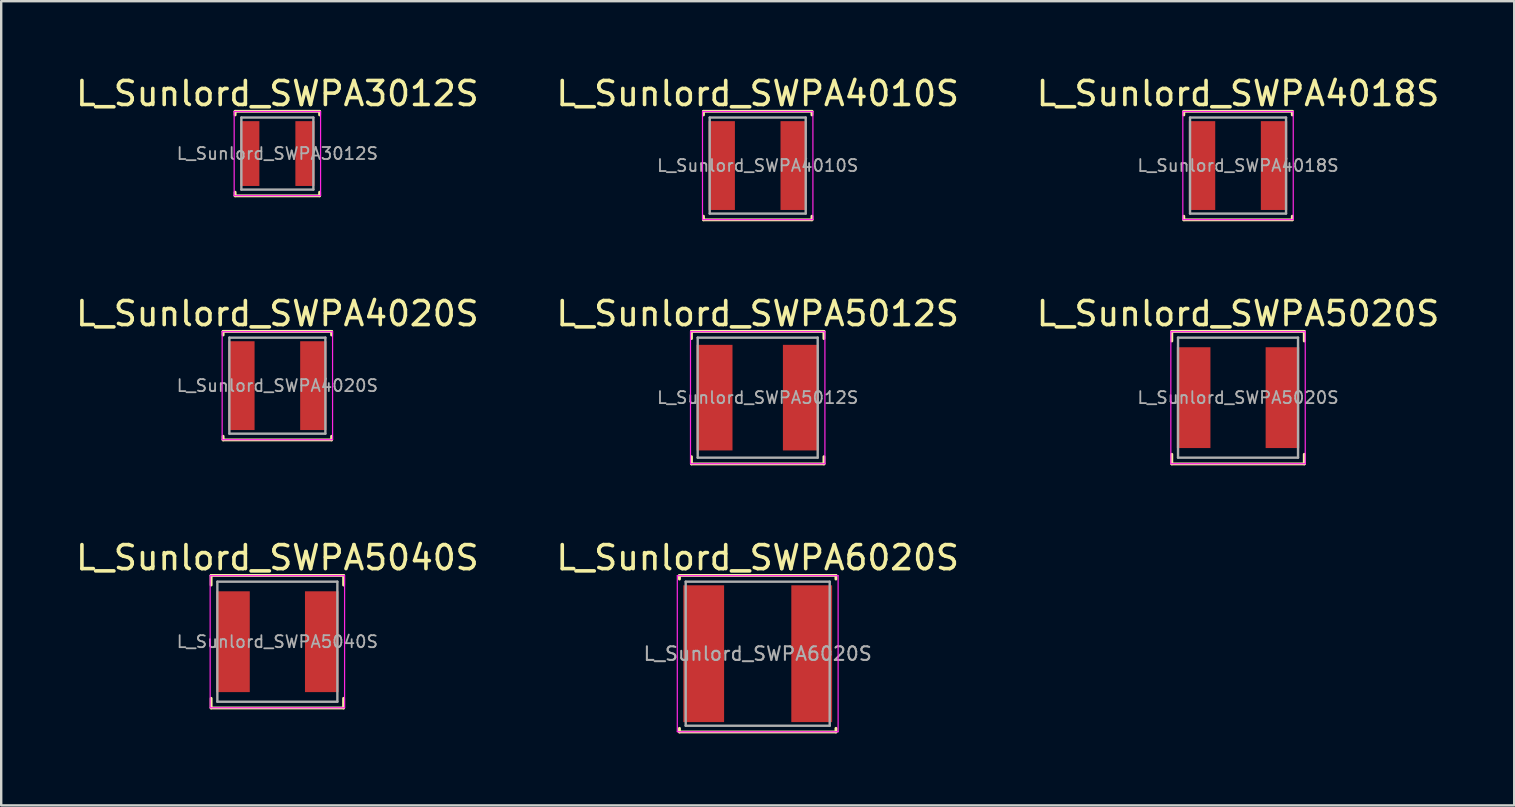
<source format=kicad_pcb>
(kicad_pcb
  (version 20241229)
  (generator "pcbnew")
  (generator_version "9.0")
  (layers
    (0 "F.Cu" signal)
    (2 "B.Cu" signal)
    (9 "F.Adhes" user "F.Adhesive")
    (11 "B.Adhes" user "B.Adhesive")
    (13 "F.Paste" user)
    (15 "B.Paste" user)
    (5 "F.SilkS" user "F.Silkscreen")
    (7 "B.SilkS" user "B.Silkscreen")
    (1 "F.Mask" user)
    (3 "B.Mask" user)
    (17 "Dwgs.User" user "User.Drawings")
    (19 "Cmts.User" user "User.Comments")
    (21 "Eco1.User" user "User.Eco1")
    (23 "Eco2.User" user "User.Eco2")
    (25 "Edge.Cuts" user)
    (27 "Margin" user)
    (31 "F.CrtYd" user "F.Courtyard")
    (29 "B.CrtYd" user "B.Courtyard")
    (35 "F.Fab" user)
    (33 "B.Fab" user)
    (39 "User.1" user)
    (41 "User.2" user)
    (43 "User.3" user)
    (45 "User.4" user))
  (footprint "L_Sunlord_SWPA5012S"
    (layer "F.Cu")
    (at 28.518 13.517)
    (property "Reference" "L_Sunlord_SWPA5012S" (at 0 -3.5 0) (layer "F.SilkS") (effects (font (size 1 1) (thickness 0.15))))
    (attr smd)
    (fp_line (start -2.76 -2.76) (end -2.76 -2.46) (stroke (width 0.12) (type solid)) (layer "F.SilkS"))
    (fp_line (start -2.76 -2.76) (end 2.76 -2.76) (stroke (width 0.12) (type solid)) (layer "F.SilkS"))
    (fp_line (start -2.76 2.76) (end -2.76 2.46) (stroke (width 0.12) (type solid)) (layer "F.SilkS"))
    (fp_line (start -2.76 2.76) (end 2.76 2.76) (stroke (width 0.12) (type solid)) (layer "F.SilkS"))
    (fp_line (start 2.76 -2.76) (end 2.76 -2.46) (stroke (width 0.12) (type solid)) (layer "F.SilkS"))
    (fp_line (start 2.76 2.76) (end 2.76 2.46) (stroke (width 0.12) (type solid)) (layer "F.SilkS"))
    (fp_line (start -2.8 -2.75) (end -2.8 2.75) (stroke (width 0.05) (type solid)) (layer "F.CrtYd"))
    (fp_line (start -2.8 2.75) (end 2.8 2.75) (stroke (width 0.05) (type solid)) (layer "F.CrtYd"))
    (fp_line (start 2.8 -2.75) (end -2.8 -2.75) (stroke (width 0.05) (type solid)) (layer "F.CrtYd"))
    (fp_line (start 2.8 2.75) (end 2.8 -2.75) (stroke (width 0.05) (type solid)) (layer "F.CrtYd"))
    (fp_line (start -2.5 -2.5) (end -2.5 2.5) (stroke (width 0.1) (type solid)) (layer "F.Fab"))
    (fp_line (start -2.5 2.5) (end 2.5 2.5) (stroke (width 0.1) (type solid)) (layer "F.Fab"))
    (fp_line (start 2.5 -2.5) (end -2.5 -2.5) (stroke (width 0.1) (type solid)) (layer "F.Fab"))
    (fp_line (start 2.5 2.5) (end 2.5 -2.5) (stroke (width 0.1) (type solid)) (layer "F.Fab"))
    (fp_text user "${REFERENCE}" (at 0 0 0) (layer "F.Fab") (effects (font (size 0.5 0.5) (thickness 0.075))))
    (pad "1" smd rect (at -1.8 0) (size 1.5 4.4) (layers "F.Cu" "F.Mask" "F.Paste"))
    (pad "2" smd rect (at 1.8 0) (size 1.5 4.4) (layers "F.Cu" "F.Mask" "F.Paste")))
  (footprint "L_Sunlord_SWPA5020S"
    (layer "F.Cu")
    (at 48.53 13.517)
    (property "Reference" "L_Sunlord_SWPA5020S" (at 0 -3.5 0) (layer "F.SilkS") (effects (font (size 1 1) (thickness 0.15))))
    (attr smd)
    (fp_line (start -2.76 -2.76) (end -2.76 -2.36) (stroke (width 0.12) (type solid)) (layer "F.SilkS"))
    (fp_line (start -2.76 -2.76) (end 2.76 -2.76) (stroke (width 0.12) (type solid)) (layer "F.SilkS"))
    (fp_line (start -2.76 2.76) (end -2.76 2.36) (stroke (width 0.12) (type solid)) (layer "F.SilkS"))
    (fp_line (start -2.76 2.76) (end 2.76 2.76) (stroke (width 0.12) (type solid)) (layer "F.SilkS"))
    (fp_line (start 2.76 -2.76) (end 2.76 -2.36) (stroke (width 0.12) (type solid)) (layer "F.SilkS"))
    (fp_line (start 2.76 2.76) (end 2.76 2.36) (stroke (width 0.12) (type solid)) (layer "F.SilkS"))
    (fp_line (start -2.8 -2.75) (end -2.8 2.75) (stroke (width 0.05) (type solid)) (layer "F.CrtYd"))
    (fp_line (start -2.8 2.75) (end 2.8 2.75) (stroke (width 0.05) (type solid)) (layer "F.CrtYd"))
    (fp_line (start 2.8 -2.75) (end -2.8 -2.75) (stroke (width 0.05) (type solid)) (layer "F.CrtYd"))
    (fp_line (start 2.8 2.75) (end 2.8 -2.75) (stroke (width 0.05) (type solid)) (layer "F.CrtYd"))
    (fp_line (start -2.5 -2.5) (end -2.5 2.5) (stroke (width 0.1) (type solid)) (layer "F.Fab"))
    (fp_line (start -2.5 2.5) (end 2.5 2.5) (stroke (width 0.1) (type solid)) (layer "F.Fab"))
    (fp_line (start 2.5 -2.5) (end -2.5 -2.5) (stroke (width 0.1) (type solid)) (layer "F.Fab"))
    (fp_line (start 2.5 2.5) (end 2.5 -2.5) (stroke (width 0.1) (type solid)) (layer "F.Fab"))
    (fp_text user "${REFERENCE}" (at 0 0 0) (layer "F.Fab") (effects (font (size 0.5 0.5) (thickness 0.075))))
    (pad "1" smd rect (at -1.85 0) (size 1.4 4.2) (layers "F.Cu" "F.Mask" "F.Paste"))
    (pad "2" smd rect (at 1.85 0) (size 1.4 4.2) (layers "F.Cu" "F.Mask" "F.Paste")))
  (footprint "L_Sunlord_SWPA4018S"
    (layer "F.Cu")
    (at 48.53 3.848)
    (property "Reference" "L_Sunlord_SWPA4018S" (at 0 -3 0) (layer "F.SilkS") (effects (font (size 1 1) (thickness 0.15))))
    (attr smd)
    (fp_line (start -2.26 -2.26) (end -2.26 -2.11) (stroke (width 0.12) (type solid)) (layer "F.SilkS"))
    (fp_line (start -2.26 -2.26) (end 2.26 -2.26) (stroke (width 0.12) (type solid)) (layer "F.SilkS"))
    (fp_line (start -2.26 2.26) (end -2.26 2.11) (stroke (width 0.12) (type solid)) (layer "F.SilkS"))
    (fp_line (start -2.26 2.26) (end 2.26 2.26) (stroke (width 0.12) (type solid)) (layer "F.SilkS"))
    (fp_line (start 2.26 -2.26) (end 2.26 -2.11) (stroke (width 0.12) (type solid)) (layer "F.SilkS"))
    (fp_line (start 2.26 2.26) (end 2.26 2.11) (stroke (width 0.12) (type solid)) (layer "F.SilkS"))
    (fp_line (start -2.3 -2.25) (end -2.3 2.25) (stroke (width 0.05) (type solid)) (layer "F.CrtYd"))
    (fp_line (start -2.3 2.25) (end 2.3 2.25) (stroke (width 0.05) (type solid)) (layer "F.CrtYd"))
    (fp_line (start 2.3 -2.25) (end -2.3 -2.25) (stroke (width 0.05) (type solid)) (layer "F.CrtYd"))
    (fp_line (start 2.3 2.25) (end 2.3 -2.25) (stroke (width 0.05) (type solid)) (layer "F.CrtYd"))
    (fp_line (start -2 -2) (end -2 2) (stroke (width 0.1) (type solid)) (layer "F.Fab"))
    (fp_line (start -2 2) (end 2 2) (stroke (width 0.1) (type solid)) (layer "F.Fab"))
    (fp_line (start 2 -2) (end -2 -2) (stroke (width 0.1) (type solid)) (layer "F.Fab"))
    (fp_line (start 2 2) (end 2 -2) (stroke (width 0.1) (type solid)) (layer "F.Fab"))
    (fp_text user "${REFERENCE}" (at 0 0 0) (layer "F.Fab") (effects (font (size 0.5 0.5) (thickness 0.075))))
    (pad "1" smd rect (at -1.5 0) (size 1.1 3.7) (layers "F.Cu" "F.Mask" "F.Paste"))
    (pad "2" smd rect (at 1.5 0) (size 1.1 3.7) (layers "F.Cu" "F.Mask" "F.Paste")))
  (footprint "L_Sunlord_SWPA6020S"
    (layer "F.Cu")
    (at 28.518 24.185)
    (property "Reference" "L_Sunlord_SWPA6020S" (at 0 -4 0) (layer "F.SilkS") (effects (font (size 1 1) (thickness 0.15))))
    (attr smd)
    (fp_line (start -3.26 -3.26) (end -3.26 -3.11) (stroke (width 0.12) (type solid)) (layer "F.SilkS"))
    (fp_line (start -3.26 -3.26) (end 3.26 -3.26) (stroke (width 0.12) (type solid)) (layer "F.SilkS"))
    (fp_line (start -3.26 3.26) (end -3.26 3.11) (stroke (width 0.12) (type solid)) (layer "F.SilkS"))
    (fp_line (start -3.26 3.26) (end 3.26 3.26) (stroke (width 0.12) (type solid)) (layer "F.SilkS"))
    (fp_line (start 3.26 -3.26) (end 3.26 -3.11) (stroke (width 0.12) (type solid)) (layer "F.SilkS"))
    (fp_line (start 3.26 3.26) (end 3.26 3.11) (stroke (width 0.12) (type solid)) (layer "F.SilkS"))
    (fp_line (start -3.35 -3.25) (end -3.35 3.25) (stroke (width 0.05) (type solid)) (layer "F.CrtYd"))
    (fp_line (start -3.35 3.25) (end 3.35 3.25) (stroke (width 0.05) (type solid)) (layer "F.CrtYd"))
    (fp_line (start 3.35 -3.25) (end -3.35 -3.25) (stroke (width 0.05) (type solid)) (layer "F.CrtYd"))
    (fp_line (start 3.35 3.25) (end 3.35 -3.25) (stroke (width 0.05) (type solid)) (layer "F.CrtYd"))
    (fp_line (start -3 -3) (end -3 3) (stroke (width 0.1) (type solid)) (layer "F.Fab"))
    (fp_line (start -3 3) (end 3 3) (stroke (width 0.1) (type solid)) (layer "F.Fab"))
    (fp_line (start 3 -3) (end -3 -3) (stroke (width 0.1) (type solid)) (layer "F.Fab"))
    (fp_line (start 3 3) (end 3 -3) (stroke (width 0.1) (type solid)) (layer "F.Fab"))
    (fp_text user "${REFERENCE}" (at 0 0 0) (layer "F.Fab") (effects (font (size 0.567 0.567) (thickness 0.085))))
    (pad "1" smd rect (at -2.25 0) (size 1.7 5.7) (layers "F.Cu" "F.Mask" "F.Paste"))
    (pad "2" smd rect (at 2.25 0) (size 1.7 5.7) (layers "F.Cu" "F.Mask" "F.Paste")))
  (footprint "L_Sunlord_SWPA3012S"
    (layer "F.Cu")
    (at 8.506 3.348)
    (property "Reference" "L_Sunlord_SWPA3012S" (at 0 -2.5 0) (layer "F.SilkS") (effects (font (size 1 1) (thickness 0.15))))
    (attr smd)
    (fp_line (start -1.76 -1.76) (end -1.76 -1.61) (stroke (width 0.12) (type solid)) (layer "F.SilkS"))
    (fp_line (start -1.76 -1.76) (end 1.76 -1.76) (stroke (width 0.12) (type solid)) (layer "F.SilkS"))
    (fp_line (start -1.76 1.76) (end -1.76 1.61) (stroke (width 0.12) (type solid)) (layer "F.SilkS"))
    (fp_line (start -1.76 1.76) (end 1.76 1.76) (stroke (width 0.12) (type solid)) (layer "F.SilkS"))
    (fp_line (start 1.76 -1.76) (end 1.76 -1.61) (stroke (width 0.12) (type solid)) (layer "F.SilkS"))
    (fp_line (start 1.76 1.76) (end 1.76 1.61) (stroke (width 0.12) (type solid)) (layer "F.SilkS"))
    (fp_line (start -1.8 -1.75) (end -1.8 1.75) (stroke (width 0.05) (type solid)) (layer "F.CrtYd"))
    (fp_line (start -1.8 1.75) (end 1.8 1.75) (stroke (width 0.05) (type solid)) (layer "F.CrtYd"))
    (fp_line (start 1.8 -1.75) (end -1.8 -1.75) (stroke (width 0.05) (type solid)) (layer "F.CrtYd"))
    (fp_line (start 1.8 1.75) (end 1.8 -1.75) (stroke (width 0.05) (type solid)) (layer "F.CrtYd"))
    (fp_line (start -1.5 -1.5) (end -1.5 1.5) (stroke (width 0.1) (type solid)) (layer "F.Fab"))
    (fp_line (start -1.5 1.5) (end 1.5 1.5) (stroke (width 0.1) (type solid)) (layer "F.Fab"))
    (fp_line (start 1.5 -1.5) (end -1.5 -1.5) (stroke (width 0.1) (type solid)) (layer "F.Fab"))
    (fp_line (start 1.5 1.5) (end 1.5 -1.5) (stroke (width 0.1) (type solid)) (layer "F.Fab"))
    (fp_text user "${REFERENCE}" (at 0 0 0) (layer "F.Fab") (effects (font (size 0.5 0.5) (thickness 0.075))))
    (pad "1" smd rect (at -1.15 0) (size 0.8 2.7) (layers "F.Cu" "F.Mask" "F.Paste"))
    (pad "2" smd rect (at 1.15 0) (size 0.8 2.7) (layers "F.Cu" "F.Mask" "F.Paste")))
  (footprint "L_Sunlord_SWPA4020S"
    (layer "F.Cu")
    (at 8.506 13.017)
    (property "Reference" "L_Sunlord_SWPA4020S" (at 0 -3 0) (layer "F.SilkS") (effects (font (size 1 1) (thickness 0.15))))
    (attr smd)
    (fp_line (start -2.26 -2.26) (end -2.26 -2.11) (stroke (width 0.12) (type solid)) (layer "F.SilkS"))
    (fp_line (start -2.26 -2.26) (end 2.26 -2.26) (stroke (width 0.12) (type solid)) (layer "F.SilkS"))
    (fp_line (start -2.26 2.26) (end -2.26 2.11) (stroke (width 0.12) (type solid)) (layer "F.SilkS"))
    (fp_line (start -2.26 2.26) (end 2.26 2.26) (stroke (width 0.12) (type solid)) (layer "F.SilkS"))
    (fp_line (start 2.26 -2.26) (end 2.26 -2.11) (stroke (width 0.12) (type solid)) (layer "F.SilkS"))
    (fp_line (start 2.26 2.26) (end 2.26 2.11) (stroke (width 0.12) (type solid)) (layer "F.SilkS"))
    (fp_line (start -2.3 -2.25) (end -2.3 2.25) (stroke (width 0.05) (type solid)) (layer "F.CrtYd"))
    (fp_line (start -2.3 2.25) (end 2.3 2.25) (stroke (width 0.05) (type solid)) (layer "F.CrtYd"))
    (fp_line (start 2.3 -2.25) (end -2.3 -2.25) (stroke (width 0.05) (type solid)) (layer "F.CrtYd"))
    (fp_line (start 2.3 2.25) (end 2.3 -2.25) (stroke (width 0.05) (type solid)) (layer "F.CrtYd"))
    (fp_line (start -2 -2) (end -2 2) (stroke (width 0.1) (type solid)) (layer "F.Fab"))
    (fp_line (start -2 2) (end 2 2) (stroke (width 0.1) (type solid)) (layer "F.Fab"))
    (fp_line (start 2 -2) (end -2 -2) (stroke (width 0.1) (type solid)) (layer "F.Fab"))
    (fp_line (start 2 2) (end 2 -2) (stroke (width 0.1) (type solid)) (layer "F.Fab"))
    (fp_text user "${REFERENCE}" (at 0 0 0) (layer "F.Fab") (effects (font (size 0.5 0.5) (thickness 0.075))))
    (pad "1" smd rect (at -1.5 0) (size 1.1 3.7) (layers "F.Cu" "F.Mask" "F.Paste"))
    (pad "2" smd rect (at 1.5 0) (size 1.1 3.7) (layers "F.Cu" "F.Mask" "F.Paste")))
  (footprint "L_Sunlord_SWPA5040S"
    (layer "F.Cu")
    (at 8.506 23.685)
    (property "Reference" "L_Sunlord_SWPA5040S" (at 0 -3.5 0) (layer "F.SilkS") (effects (font (size 1 1) (thickness 0.15))))
    (attr smd)
    (fp_line (start -2.76 -2.76) (end -2.76 -2.36) (stroke (width 0.12) (type solid)) (layer "F.SilkS"))
    (fp_line (start -2.76 -2.76) (end 2.76 -2.76) (stroke (width 0.12) (type solid)) (layer "F.SilkS"))
    (fp_line (start -2.76 2.76) (end -2.76 2.36) (stroke (width 0.12) (type solid)) (layer "F.SilkS"))
    (fp_line (start -2.76 2.76) (end 2.76 2.76) (stroke (width 0.12) (type solid)) (layer "F.SilkS"))
    (fp_line (start 2.76 -2.76) (end 2.76 -2.36) (stroke (width 0.12) (type solid)) (layer "F.SilkS"))
    (fp_line (start 2.76 2.76) (end 2.76 2.36) (stroke (width 0.12) (type solid)) (layer "F.SilkS"))
    (fp_line (start -2.8 -2.75) (end -2.8 2.75) (stroke (width 0.05) (type solid)) (layer "F.CrtYd"))
    (fp_line (start -2.8 2.75) (end 2.8 2.75) (stroke (width 0.05) (type solid)) (layer "F.CrtYd"))
    (fp_line (start 2.8 -2.75) (end -2.8 -2.75) (stroke (width 0.05) (type solid)) (layer "F.CrtYd"))
    (fp_line (start 2.8 2.75) (end 2.8 -2.75) (stroke (width 0.05) (type solid)) (layer "F.CrtYd"))
    (fp_line (start -2.5 -2.5) (end -2.5 2.5) (stroke (width 0.1) (type solid)) (layer "F.Fab"))
    (fp_line (start -2.5 2.5) (end 2.5 2.5) (stroke (width 0.1) (type solid)) (layer "F.Fab"))
    (fp_line (start 2.5 -2.5) (end -2.5 -2.5) (stroke (width 0.1) (type solid)) (layer "F.Fab"))
    (fp_line (start 2.5 2.5) (end 2.5 -2.5) (stroke (width 0.1) (type solid)) (layer "F.Fab"))
    (fp_text user "${REFERENCE}" (at 0 0 0) (layer "F.Fab") (effects (font (size 0.5 0.5) (thickness 0.075))))
    (pad "1" smd rect (at -1.85 0) (size 1.4 4.2) (layers "F.Cu" "F.Mask" "F.Paste"))
    (pad "2" smd rect (at 1.85 0) (size 1.4 4.2) (layers "F.Cu" "F.Mask" "F.Paste")))
  (footprint "L_Sunlord_SWPA4010S"
    (layer "F.Cu")
    (at 28.518 3.848)
    (property "Reference" "L_Sunlord_SWPA4010S" (at 0 -3 0) (layer "F.SilkS") (effects (font (size 1 1) (thickness 0.15))))
    (attr smd)
    (fp_line (start -2.26 -2.26) (end -2.26 -2.11) (stroke (width 0.12) (type solid)) (layer "F.SilkS"))
    (fp_line (start -2.26 -2.26) (end 2.26 -2.26) (stroke (width 0.12) (type solid)) (layer "F.SilkS"))
    (fp_line (start -2.26 2.26) (end -2.26 2.11) (stroke (width 0.12) (type solid)) (layer "F.SilkS"))
    (fp_line (start -2.26 2.26) (end 2.26 2.26) (stroke (width 0.12) (type solid)) (layer "F.SilkS"))
    (fp_line (start 2.26 -2.26) (end 2.26 -2.11) (stroke (width 0.12) (type solid)) (layer "F.SilkS"))
    (fp_line (start 2.26 2.26) (end 2.26 2.11) (stroke (width 0.12) (type solid)) (layer "F.SilkS"))
    (fp_line (start -2.3 -2.25) (end -2.3 2.25) (stroke (width 0.05) (type solid)) (layer "F.CrtYd"))
    (fp_line (start -2.3 2.25) (end 2.3 2.25) (stroke (width 0.05) (type solid)) (layer "F.CrtYd"))
    (fp_line (start 2.3 -2.25) (end -2.3 -2.25) (stroke (width 0.05) (type solid)) (layer "F.CrtYd"))
    (fp_line (start 2.3 2.25) (end 2.3 -2.25) (stroke (width 0.05) (type solid)) (layer "F.CrtYd"))
    (fp_line (start -2 -2) (end -2 2) (stroke (width 0.1) (type solid)) (layer "F.Fab"))
    (fp_line (start -2 2) (end 2 2) (stroke (width 0.1) (type solid)) (layer "F.Fab"))
    (fp_line (start 2 -2) (end -2 -2) (stroke (width 0.1) (type solid)) (layer "F.Fab"))
    (fp_line (start 2 2) (end 2 -2) (stroke (width 0.1) (type solid)) (layer "F.Fab"))
    (fp_text user "${REFERENCE}" (at 0 0 0) (layer "F.Fab") (effects (font (size 0.5 0.5) (thickness 0.075))))
    (pad "1" smd rect (at -1.5 0) (size 1.1 3.7) (layers "F.Cu" "F.Mask" "F.Paste"))
    (pad "2" smd rect (at 1.5 0) (size 1.1 3.7) (layers "F.Cu" "F.Mask" "F.Paste")))
  (gr_rect
    (start -3 -3)
    (end 60.036 30.505)
    (stroke (width 0.1) (type default))
    (fill no)
    (layer "Edge.Cuts")))
</source>
